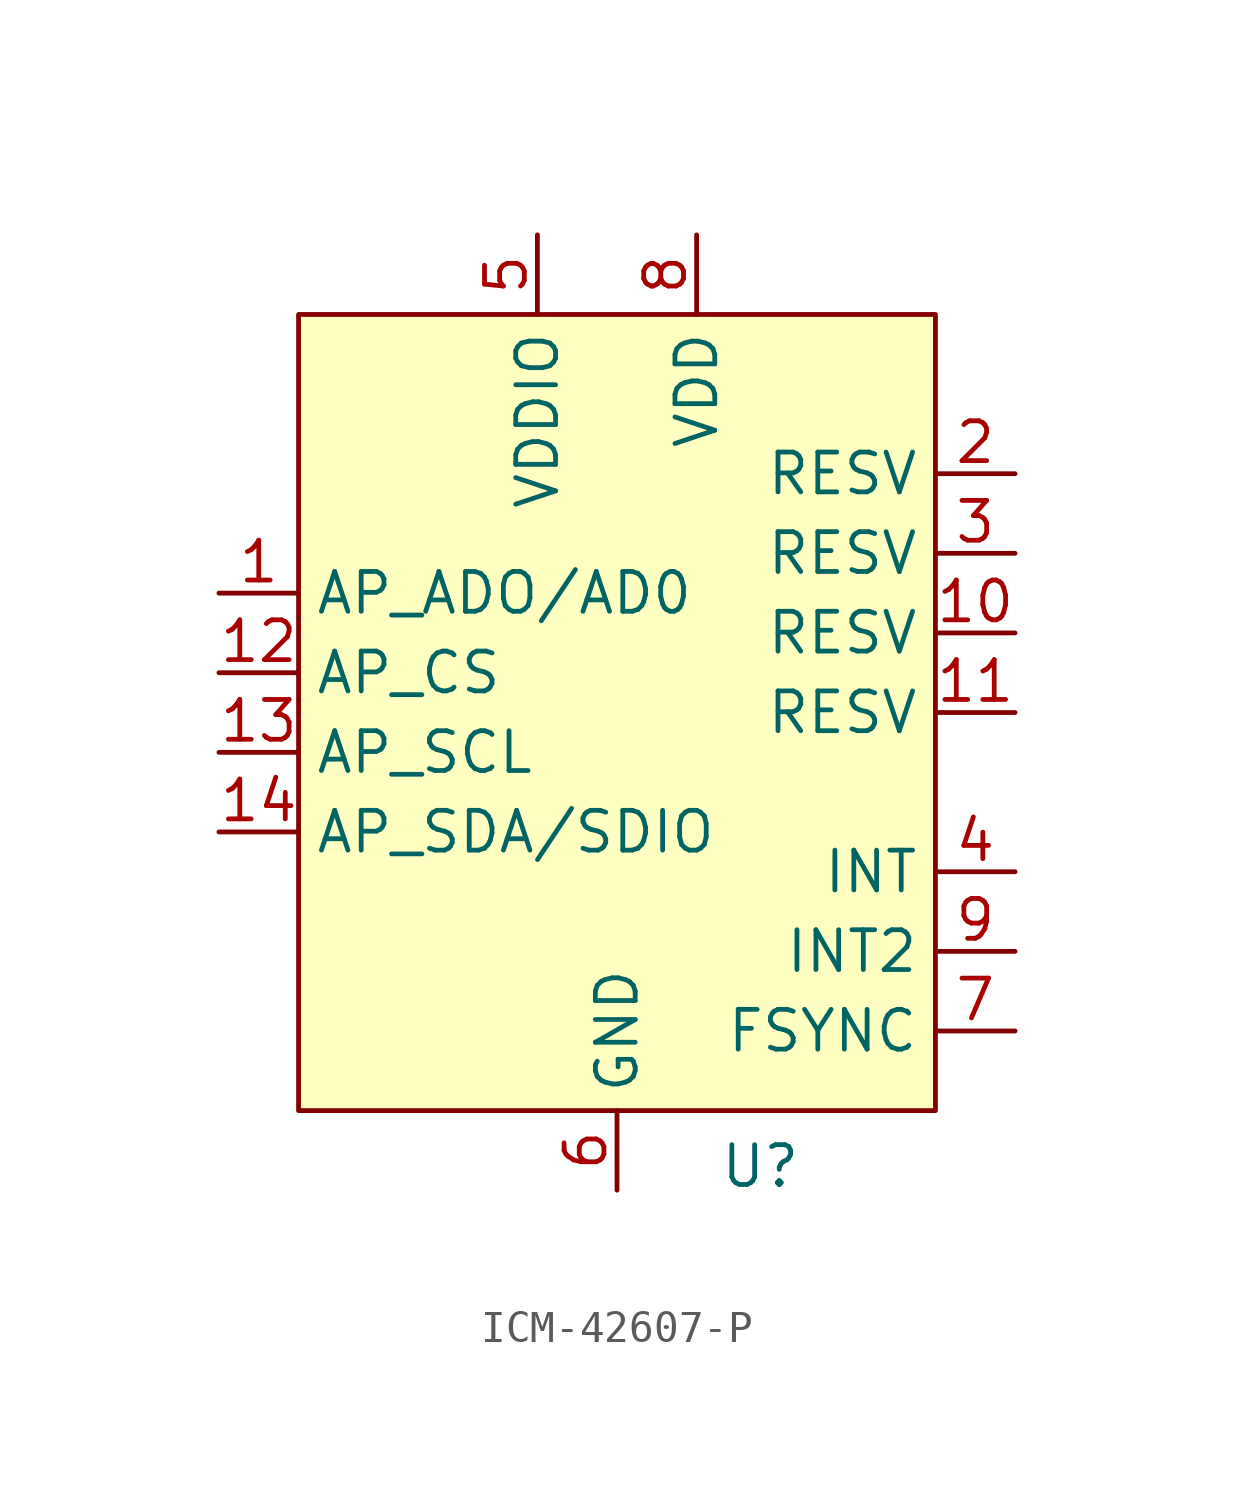
<source format=kicad_sym>
(kicad_symbol_lib
  (version 20241209)
  (generator "kicad_symbol_editor")
  (generator_version "9.0")
  (symbol "ICM-42607-P"
    (property "Reference" "U"
      (at 4.572 -15.748 0)
      (effects (font (size 1.27 1.27))))
    (property "Value" ""
      (at 0 0 0)
      (effects (font (size 1.27 1.27))))
    (symbol "ICM-42607-P_1_1"
      (rectangle (start -10.16 11.43) (end 10.16 -13.97) (stroke (width 0) (type solid)) (fill (type background)))
      (pin input line (at -12.7 2.54 0) (length 2.54) (name "AP_ADO/AD0" (effects (font (size 1.27 1.27)))) (number "1" (effects (font (size 1.27 1.27)))))
      (pin input line (at -12.7 0 0) (length 2.54) (name "AP_CS" (effects (font (size 1.27 1.27)))) (number "12" (effects (font (size 1.27 1.27)))))
      (pin input line (at -12.7 -2.54 0) (length 2.54) (name "AP_SCL" (effects (font (size 1.27 1.27)))) (number "13" (effects (font (size 1.27 1.27)))))
      (pin input line (at -12.7 -5.08 0) (length 2.54) (name "AP_SDA/SDIO" (effects (font (size 1.27 1.27)))) (number "14" (effects (font (size 1.27 1.27)))))
      (pin input line (at -2.54 13.97 270) (length 2.54) (name "VDDIO" (effects (font (size 1.27 1.27)))) (number "5" (effects (font (size 1.27 1.27)))))
      (pin input line (at 0 -16.51 90) (length 2.54) (name "GND" (effects (font (size 1.27 1.27)))) (number "6" (effects (font (size 1.27 1.27)))))
      (pin input line (at 2.54 13.97 270) (length 2.54) (name "VDD" (effects (font (size 1.27 1.27)))) (number "8" (effects (font (size 1.27 1.27)))))
      (pin input line (at 12.7 6.35 180) (length 2.54) (name "RESV" (effects (font (size 1.27 1.27)))) (number "2" (effects (font (size 1.27 1.27)))))
      (pin input line (at 12.7 3.81 180) (length 2.54) (name "RESV" (effects (font (size 1.27 1.27)))) (number "3" (effects (font (size 1.27 1.27)))))
      (pin input line (at 12.7 1.27 180) (length 2.54) (name "RESV" (effects (font (size 1.27 1.27)))) (number "10" (effects (font (size 1.27 1.27)))))
      (pin input line (at 12.7 -1.27 180) (length 2.54) (name "RESV" (effects (font (size 1.27 1.27)))) (number "11" (effects (font (size 1.27 1.27)))))
      (pin input line (at 12.7 -6.35 180) (length 2.54) (name "INT" (effects (font (size 1.27 1.27)))) (number "4" (effects (font (size 1.27 1.27)))))
      (pin input line (at 12.7 -8.89 180) (length 2.54) (name "INT2" (effects (font (size 1.27 1.27)))) (number "9" (effects (font (size 1.27 1.27)))))
      (pin input line (at 12.7 -11.43 180) (length 2.54) (name "FSYNC" (effects (font (size 1.27 1.27)))) (number "7" (effects (font (size 1.27 1.27))))))))
</source>
